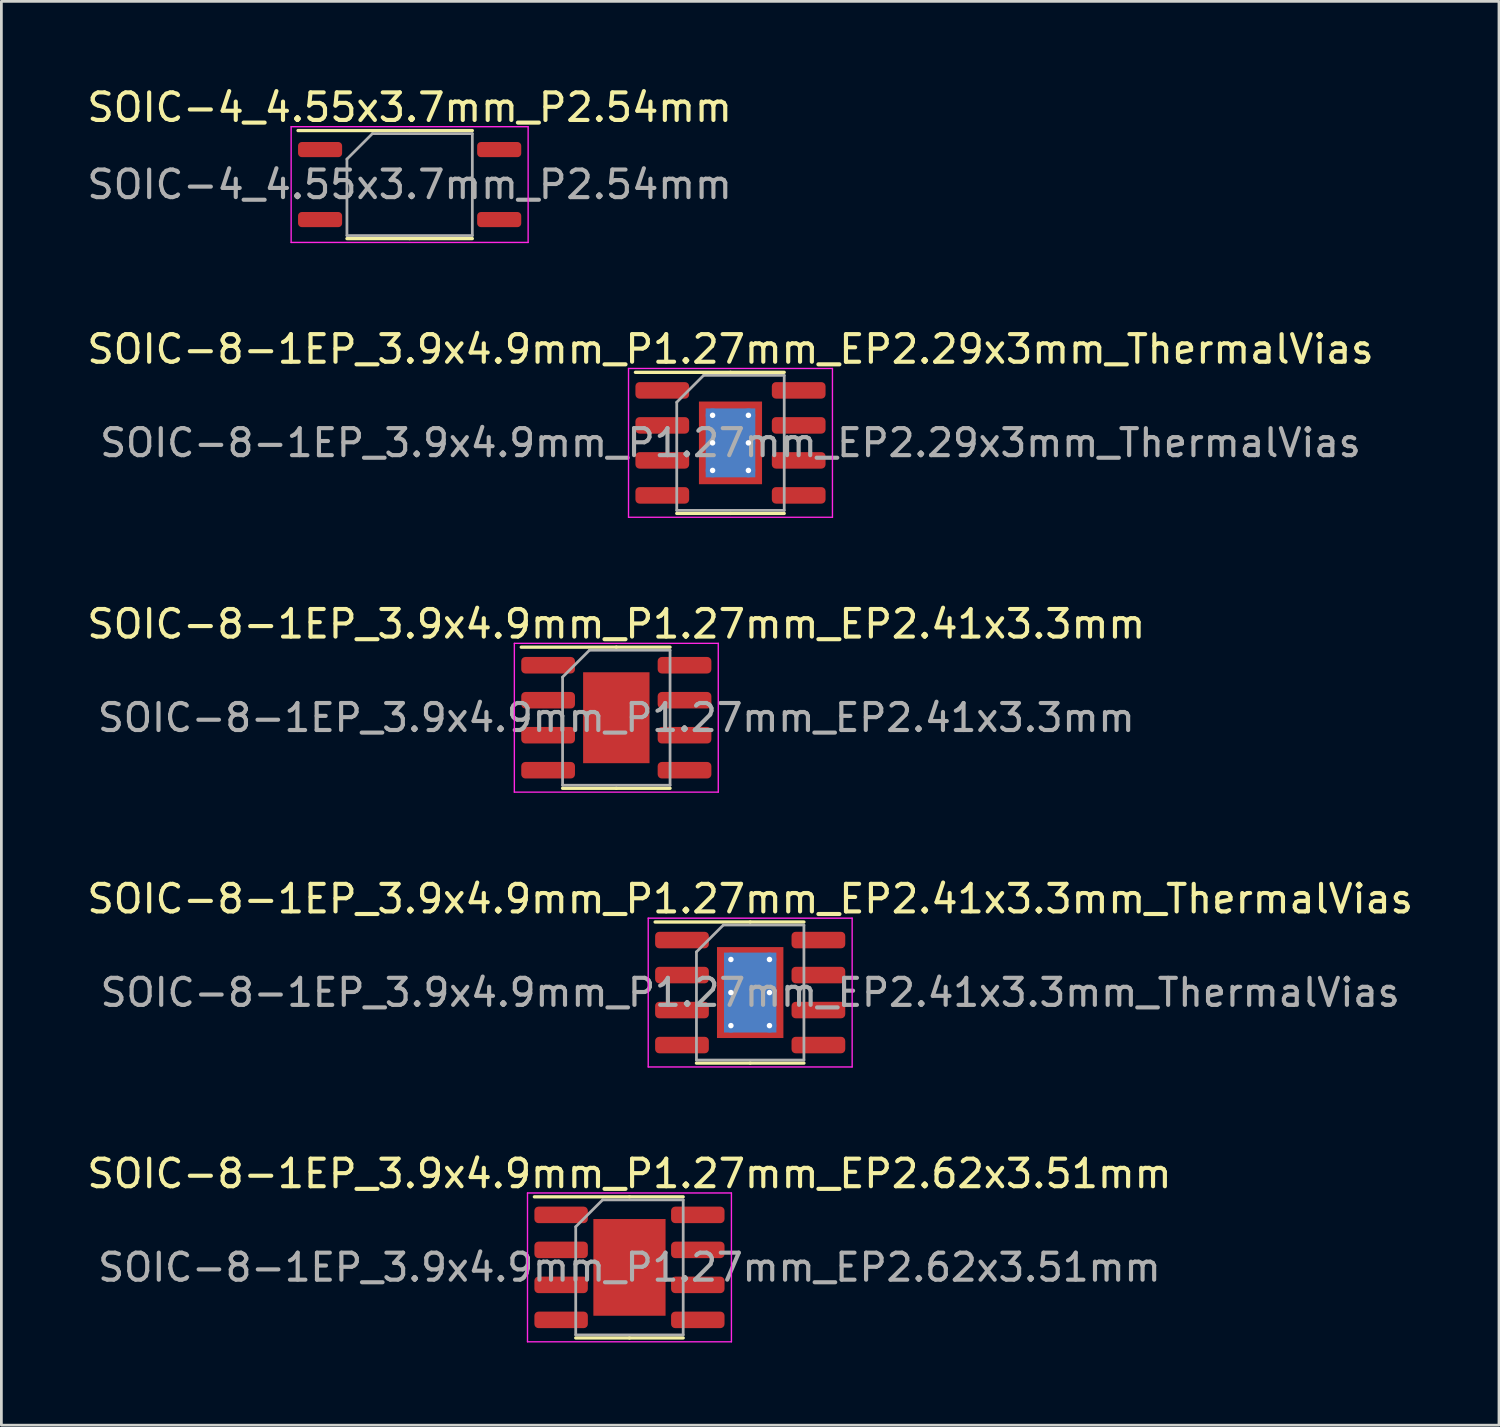
<source format=kicad_pcb>
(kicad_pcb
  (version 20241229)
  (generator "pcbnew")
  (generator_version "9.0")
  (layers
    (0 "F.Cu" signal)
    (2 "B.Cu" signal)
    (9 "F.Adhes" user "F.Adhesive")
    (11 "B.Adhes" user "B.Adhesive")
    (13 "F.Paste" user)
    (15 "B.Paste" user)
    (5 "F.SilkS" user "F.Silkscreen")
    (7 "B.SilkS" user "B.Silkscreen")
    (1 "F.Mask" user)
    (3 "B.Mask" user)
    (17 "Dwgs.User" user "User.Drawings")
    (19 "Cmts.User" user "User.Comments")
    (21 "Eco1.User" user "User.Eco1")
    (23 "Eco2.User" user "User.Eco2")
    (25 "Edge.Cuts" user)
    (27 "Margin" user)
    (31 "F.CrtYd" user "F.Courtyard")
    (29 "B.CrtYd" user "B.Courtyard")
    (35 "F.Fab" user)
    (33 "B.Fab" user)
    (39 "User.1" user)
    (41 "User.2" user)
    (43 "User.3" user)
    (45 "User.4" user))
  (footprint "SOIC-8-1EP_3.9x4.9mm_P1.27mm_EP2.41x3.3mm_ThermalVias"
    (layer "F.Cu")
    (at 24.173 32.968)
    (property "Reference" "SOIC-8-1EP_3.9x4.9mm_P1.27mm_EP2.41x3.3mm_ThermalVias" (at 0 -3.4 0) (layer "F.SilkS") (effects (font (size 1 1) (thickness 0.15))))
    (attr smd)
    (fp_line (start 0 -2.56) (end -3.45 -2.56) (stroke (width 0.12) (type solid)) (layer "F.SilkS"))
    (fp_line (start 0 -2.56) (end 1.95 -2.56) (stroke (width 0.12) (type solid)) (layer "F.SilkS"))
    (fp_line (start 0 2.56) (end -1.95 2.56) (stroke (width 0.12) (type solid)) (layer "F.SilkS"))
    (fp_line (start 0 2.56) (end 1.95 2.56) (stroke (width 0.12) (type solid)) (layer "F.SilkS"))
    (fp_line (start -3.7 -2.7) (end -3.7 2.7) (stroke (width 0.05) (type solid)) (layer "F.CrtYd"))
    (fp_line (start -3.7 2.7) (end 3.7 2.7) (stroke (width 0.05) (type solid)) (layer "F.CrtYd"))
    (fp_line (start 3.7 -2.7) (end -3.7 -2.7) (stroke (width 0.05) (type solid)) (layer "F.CrtYd"))
    (fp_line (start 3.7 2.7) (end 3.7 -2.7) (stroke (width 0.05) (type solid)) (layer "F.CrtYd"))
    (fp_line (start -1.95 -1.475) (end -0.975 -2.45) (stroke (width 0.1) (type solid)) (layer "F.Fab"))
    (fp_line (start -1.95 2.45) (end -1.95 -1.475) (stroke (width 0.1) (type solid)) (layer "F.Fab"))
    (fp_line (start -0.975 -2.45) (end 1.95 -2.45) (stroke (width 0.1) (type solid)) (layer "F.Fab"))
    (fp_line (start 1.95 -2.45) (end 1.95 2.45) (stroke (width 0.1) (type solid)) (layer "F.Fab"))
    (fp_line (start 1.95 2.45) (end -1.95 2.45) (stroke (width 0.1) (type solid)) (layer "F.Fab"))
    (fp_text user "${REFERENCE}" (at 0 0 0) (layer "F.Fab") (effects (font (size 0.98 0.98) (thickness 0.15))))
    (pad "" smd roundrect (at -0.6 -0.825) (size 1.01 1.38) (layers "F.Paste") (roundrect_rratio 0.248))
    (pad "" smd roundrect (at -0.6 0.825) (size 1.01 1.38) (layers "F.Paste") (roundrect_rratio 0.248))
    (pad "" smd roundrect (at 0.6 -0.825) (size 1.01 1.38) (layers "F.Paste") (roundrect_rratio 0.248))
    (pad "" smd roundrect (at 0.6 0.825) (size 1.01 1.38) (layers "F.Paste") (roundrect_rratio 0.248))
    (pad "1" smd roundrect (at -2.475 -1.905) (size 1.95 0.6) (layers "F.Cu" "F.Mask" "F.Paste") (roundrect_rratio 0.25))
    (pad "2" smd roundrect (at -2.475 -0.635) (size 1.95 0.6) (layers "F.Cu" "F.Mask" "F.Paste") (roundrect_rratio 0.25))
    (pad "3" smd roundrect (at -2.475 0.635) (size 1.95 0.6) (layers "F.Cu" "F.Mask" "F.Paste") (roundrect_rratio 0.25))
    (pad "4" smd roundrect (at -2.475 1.905) (size 1.95 0.6) (layers "F.Cu" "F.Mask" "F.Paste") (roundrect_rratio 0.25))
    (pad "5" smd roundrect (at 2.475 1.905) (size 1.95 0.6) (layers "F.Cu" "F.Mask" "F.Paste") (roundrect_rratio 0.25))
    (pad "6" smd roundrect (at 2.475 0.635) (size 1.95 0.6) (layers "F.Cu" "F.Mask" "F.Paste") (roundrect_rratio 0.25))
    (pad "7" smd roundrect (at 2.475 -0.635) (size 1.95 0.6) (layers "F.Cu" "F.Mask" "F.Paste") (roundrect_rratio 0.25))
    (pad "8" smd roundrect (at 2.475 -1.905) (size 1.95 0.6) (layers "F.Cu" "F.Mask" "F.Paste") (roundrect_rratio 0.25))
    (pad "9" thru_hole circle (at -0.7 -1.2) (size 0.5 0.5) (drill 0.2) (layers "*.Cu"))
    (pad "9" thru_hole circle (at -0.7 0) (size 0.5 0.5) (drill 0.2) (layers "*.Cu"))
    (pad "9" thru_hole circle (at -0.7 1.2) (size 0.5 0.5) (drill 0.2) (layers "*.Cu"))
    (pad "9" smd rect (at 0 0) (size 1.9 2.9) (layers "B.Cu"))
    (pad "9" smd rect (at 0 0) (size 2.41 3.3) (layers "F.Cu" "F.Mask"))
    (pad "9" thru_hole circle (at 0.7 -1.2) (size 0.5 0.5) (drill 0.2) (layers "*.Cu"))
    (pad "9" thru_hole circle (at 0.7 0) (size 0.5 0.5) (drill 0.2) (layers "*.Cu"))
    (pad "9" thru_hole circle (at 0.7 1.2) (size 0.5 0.5) (drill 0.2) (layers "*.Cu")))
  (footprint "SOIC-8-1EP_3.9x4.9mm_P1.27mm_EP2.41x3.3mm"
    (layer "F.Cu")
    (at 19.315 22.995)
    (property "Reference" "SOIC-8-1EP_3.9x4.9mm_P1.27mm_EP2.41x3.3mm" (at 0 -3.4 0) (layer "F.SilkS") (effects (font (size 1 1) (thickness 0.15))))
    (attr smd)
    (fp_line (start 0 -2.56) (end -3.45 -2.56) (stroke (width 0.12) (type solid)) (layer "F.SilkS"))
    (fp_line (start 0 -2.56) (end 1.95 -2.56) (stroke (width 0.12) (type solid)) (layer "F.SilkS"))
    (fp_line (start 0 2.56) (end -1.95 2.56) (stroke (width 0.12) (type solid)) (layer "F.SilkS"))
    (fp_line (start 0 2.56) (end 1.95 2.56) (stroke (width 0.12) (type solid)) (layer "F.SilkS"))
    (fp_line (start -3.7 -2.7) (end -3.7 2.7) (stroke (width 0.05) (type solid)) (layer "F.CrtYd"))
    (fp_line (start -3.7 2.7) (end 3.7 2.7) (stroke (width 0.05) (type solid)) (layer "F.CrtYd"))
    (fp_line (start 3.7 -2.7) (end -3.7 -2.7) (stroke (width 0.05) (type solid)) (layer "F.CrtYd"))
    (fp_line (start 3.7 2.7) (end 3.7 -2.7) (stroke (width 0.05) (type solid)) (layer "F.CrtYd"))
    (fp_line (start -1.95 -1.475) (end -0.975 -2.45) (stroke (width 0.1) (type solid)) (layer "F.Fab"))
    (fp_line (start -1.95 2.45) (end -1.95 -1.475) (stroke (width 0.1) (type solid)) (layer "F.Fab"))
    (fp_line (start -0.975 -2.45) (end 1.95 -2.45) (stroke (width 0.1) (type solid)) (layer "F.Fab"))
    (fp_line (start 1.95 -2.45) (end 1.95 2.45) (stroke (width 0.1) (type solid)) (layer "F.Fab"))
    (fp_line (start 1.95 2.45) (end -1.95 2.45) (stroke (width 0.1) (type solid)) (layer "F.Fab"))
    (fp_text user "${REFERENCE}" (at 0 0 0) (layer "F.Fab") (effects (font (size 0.98 0.98) (thickness 0.15))))
    (pad "" smd roundrect (at -0.6 -0.825) (size 0.97 1.33) (layers "F.Paste") (roundrect_rratio 0.25))
    (pad "" smd roundrect (at -0.6 0.825) (size 0.97 1.33) (layers "F.Paste") (roundrect_rratio 0.25))
    (pad "" smd roundrect (at 0.6 -0.825) (size 0.97 1.33) (layers "F.Paste") (roundrect_rratio 0.25))
    (pad "" smd roundrect (at 0.6 0.825) (size 0.97 1.33) (layers "F.Paste") (roundrect_rratio 0.25))
    (pad "1" smd roundrect (at -2.475 -1.905) (size 1.95 0.6) (layers "F.Cu" "F.Mask" "F.Paste") (roundrect_rratio 0.25))
    (pad "2" smd roundrect (at -2.475 -0.635) (size 1.95 0.6) (layers "F.Cu" "F.Mask" "F.Paste") (roundrect_rratio 0.25))
    (pad "3" smd roundrect (at -2.475 0.635) (size 1.95 0.6) (layers "F.Cu" "F.Mask" "F.Paste") (roundrect_rratio 0.25))
    (pad "4" smd roundrect (at -2.475 1.905) (size 1.95 0.6) (layers "F.Cu" "F.Mask" "F.Paste") (roundrect_rratio 0.25))
    (pad "5" smd roundrect (at 2.475 1.905) (size 1.95 0.6) (layers "F.Cu" "F.Mask" "F.Paste") (roundrect_rratio 0.25))
    (pad "6" smd roundrect (at 2.475 0.635) (size 1.95 0.6) (layers "F.Cu" "F.Mask" "F.Paste") (roundrect_rratio 0.25))
    (pad "7" smd roundrect (at 2.475 -0.635) (size 1.95 0.6) (layers "F.Cu" "F.Mask" "F.Paste") (roundrect_rratio 0.25))
    (pad "8" smd roundrect (at 2.475 -1.905) (size 1.95 0.6) (layers "F.Cu" "F.Mask" "F.Paste") (roundrect_rratio 0.25))
    (pad "9" smd rect (at 0 0) (size 2.41 3.3) (layers "F.Cu" "F.Mask")))
  (footprint "SOIC-4_4.55x3.7mm_P2.54mm"
    (layer "F.Cu")
    (at 11.815 3.648)
    (property "Reference" "SOIC-4_4.55x3.7mm_P2.54mm" (at 0 -2.8 0) (layer "F.SilkS") (effects (font (size 1 1) (thickness 0.15))))
    (attr smd)
    (fp_line (start 0 -1.96) (end -4.05 -1.96) (stroke (width 0.12) (type solid)) (layer "F.SilkS"))
    (fp_line (start 0 -1.96) (end 2.275 -1.96) (stroke (width 0.12) (type solid)) (layer "F.SilkS"))
    (fp_line (start 0 1.96) (end -2.275 1.96) (stroke (width 0.12) (type solid)) (layer "F.SilkS"))
    (fp_line (start 0 1.96) (end 2.275 1.96) (stroke (width 0.12) (type solid)) (layer "F.SilkS"))
    (fp_line (start -4.3 -2.1) (end -4.3 2.1) (stroke (width 0.05) (type solid)) (layer "F.CrtYd"))
    (fp_line (start -4.3 2.1) (end 4.3 2.1) (stroke (width 0.05) (type solid)) (layer "F.CrtYd"))
    (fp_line (start 4.3 -2.1) (end -4.3 -2.1) (stroke (width 0.05) (type solid)) (layer "F.CrtYd"))
    (fp_line (start 4.3 2.1) (end 4.3 -2.1) (stroke (width 0.05) (type solid)) (layer "F.CrtYd"))
    (fp_line (start -2.275 -0.925) (end -1.35 -1.85) (stroke (width 0.1) (type solid)) (layer "F.Fab"))
    (fp_line (start -2.275 1.85) (end -2.275 -0.925) (stroke (width 0.1) (type solid)) (layer "F.Fab"))
    (fp_line (start -1.35 -1.85) (end 2.275 -1.85) (stroke (width 0.1) (type solid)) (layer "F.Fab"))
    (fp_line (start 2.275 -1.85) (end 2.275 1.85) (stroke (width 0.1) (type solid)) (layer "F.Fab"))
    (fp_line (start 2.275 1.85) (end -2.275 1.85) (stroke (width 0.1) (type solid)) (layer "F.Fab"))
    (fp_text user "${REFERENCE}" (at 0 0 0) (layer "F.Fab") (effects (font (size 1 1) (thickness 0.15))))
    (pad "1" smd roundrect (at -3.25 -1.27) (size 1.6 0.55) (layers "F.Cu" "F.Mask" "F.Paste") (roundrect_rratio 0.25))
    (pad "3" smd roundrect (at -3.25 1.27) (size 1.6 0.55) (layers "F.Cu" "F.Mask" "F.Paste") (roundrect_rratio 0.25))
    (pad "4" smd roundrect (at 3.25 1.27) (size 1.6 0.55) (layers "F.Cu" "F.Mask" "F.Paste") (roundrect_rratio 0.25))
    (pad "6" smd roundrect (at 3.25 -1.27) (size 1.6 0.55) (layers "F.Cu" "F.Mask" "F.Paste") (roundrect_rratio 0.25)))
  (footprint "SOIC-8-1EP_3.9x4.9mm_P1.27mm_EP2.62x3.51mm"
    (layer "F.Cu")
    (at 19.792 42.941)
    (property "Reference" "SOIC-8-1EP_3.9x4.9mm_P1.27mm_EP2.62x3.51mm" (at 0 -3.4 0) (layer "F.SilkS") (effects (font (size 1 1) (thickness 0.15))))
    (attr smd)
    (fp_line (start 0 -2.56) (end -3.45 -2.56) (stroke (width 0.12) (type solid)) (layer "F.SilkS"))
    (fp_line (start 0 -2.56) (end 1.95 -2.56) (stroke (width 0.12) (type solid)) (layer "F.SilkS"))
    (fp_line (start 0 2.56) (end -1.95 2.56) (stroke (width 0.12) (type solid)) (layer "F.SilkS"))
    (fp_line (start 0 2.56) (end 1.95 2.56) (stroke (width 0.12) (type solid)) (layer "F.SilkS"))
    (fp_line (start -3.7 -2.7) (end -3.7 2.7) (stroke (width 0.05) (type solid)) (layer "F.CrtYd"))
    (fp_line (start -3.7 2.7) (end 3.7 2.7) (stroke (width 0.05) (type solid)) (layer "F.CrtYd"))
    (fp_line (start 3.7 -2.7) (end -3.7 -2.7) (stroke (width 0.05) (type solid)) (layer "F.CrtYd"))
    (fp_line (start 3.7 2.7) (end 3.7 -2.7) (stroke (width 0.05) (type solid)) (layer "F.CrtYd"))
    (fp_line (start -1.95 -1.475) (end -0.975 -2.45) (stroke (width 0.1) (type solid)) (layer "F.Fab"))
    (fp_line (start -1.95 2.45) (end -1.95 -1.475) (stroke (width 0.1) (type solid)) (layer "F.Fab"))
    (fp_line (start -0.975 -2.45) (end 1.95 -2.45) (stroke (width 0.1) (type solid)) (layer "F.Fab"))
    (fp_line (start 1.95 -2.45) (end 1.95 2.45) (stroke (width 0.1) (type solid)) (layer "F.Fab"))
    (fp_line (start 1.95 2.45) (end -1.95 2.45) (stroke (width 0.1) (type solid)) (layer "F.Fab"))
    (fp_text user "${REFERENCE}" (at 0 0 0) (layer "F.Fab") (effects (font (size 0.98 0.98) (thickness 0.15))))
    (pad "" smd roundrect (at -0.655 -0.875) (size 1.06 1.41) (layers "F.Paste") (roundrect_rratio 0.236))
    (pad "" smd roundrect (at -0.655 0.875) (size 1.06 1.41) (layers "F.Paste") (roundrect_rratio 0.236))
    (pad "" smd roundrect (at 0.655 -0.875) (size 1.06 1.41) (layers "F.Paste") (roundrect_rratio 0.236))
    (pad "" smd roundrect (at 0.655 0.875) (size 1.06 1.41) (layers "F.Paste") (roundrect_rratio 0.236))
    (pad "1" smd roundrect (at -2.48 -1.905) (size 1.94 0.6) (layers "F.Cu" "F.Mask" "F.Paste") (roundrect_rratio 0.25))
    (pad "2" smd roundrect (at -2.48 -0.635) (size 1.94 0.6) (layers "F.Cu" "F.Mask" "F.Paste") (roundrect_rratio 0.25))
    (pad "3" smd roundrect (at -2.48 0.635) (size 1.94 0.6) (layers "F.Cu" "F.Mask" "F.Paste") (roundrect_rratio 0.25))
    (pad "4" smd roundrect (at -2.48 1.905) (size 1.94 0.6) (layers "F.Cu" "F.Mask" "F.Paste") (roundrect_rratio 0.25))
    (pad "5" smd roundrect (at 2.48 1.905) (size 1.94 0.6) (layers "F.Cu" "F.Mask" "F.Paste") (roundrect_rratio 0.25))
    (pad "6" smd roundrect (at 2.48 0.635) (size 1.94 0.6) (layers "F.Cu" "F.Mask" "F.Paste") (roundrect_rratio 0.25))
    (pad "7" smd roundrect (at 2.48 -0.635) (size 1.94 0.6) (layers "F.Cu" "F.Mask" "F.Paste") (roundrect_rratio 0.25))
    (pad "8" smd roundrect (at 2.48 -1.905) (size 1.94 0.6) (layers "F.Cu" "F.Mask" "F.Paste") (roundrect_rratio 0.25))
    (pad "9" smd rect (at 0 0) (size 2.62 3.51) (layers "F.Cu" "F.Mask")))
  (footprint "SOIC-8-1EP_3.9x4.9mm_P1.27mm_EP2.29x3mm_ThermalVias"
    (layer "F.Cu")
    (at 23.458 13.021)
    (property "Reference" "SOIC-8-1EP_3.9x4.9mm_P1.27mm_EP2.29x3mm_ThermalVias" (at 0 -3.4 0) (layer "F.SilkS") (effects (font (size 1 1) (thickness 0.15))))
    (attr smd)
    (fp_line (start 0 -2.56) (end -3.45 -2.56) (stroke (width 0.12) (type solid)) (layer "F.SilkS"))
    (fp_line (start 0 -2.56) (end 1.95 -2.56) (stroke (width 0.12) (type solid)) (layer "F.SilkS"))
    (fp_line (start 0 2.56) (end -1.95 2.56) (stroke (width 0.12) (type solid)) (layer "F.SilkS"))
    (fp_line (start 0 2.56) (end 1.95 2.56) (stroke (width 0.12) (type solid)) (layer "F.SilkS"))
    (fp_line (start -3.7 -2.7) (end -3.7 2.7) (stroke (width 0.05) (type solid)) (layer "F.CrtYd"))
    (fp_line (start -3.7 2.7) (end 3.7 2.7) (stroke (width 0.05) (type solid)) (layer "F.CrtYd"))
    (fp_line (start 3.7 -2.7) (end -3.7 -2.7) (stroke (width 0.05) (type solid)) (layer "F.CrtYd"))
    (fp_line (start 3.7 2.7) (end 3.7 -2.7) (stroke (width 0.05) (type solid)) (layer "F.CrtYd"))
    (fp_line (start -1.95 -1.475) (end -0.975 -2.45) (stroke (width 0.1) (type solid)) (layer "F.Fab"))
    (fp_line (start -1.95 2.45) (end -1.95 -1.475) (stroke (width 0.1) (type solid)) (layer "F.Fab"))
    (fp_line (start -0.975 -2.45) (end 1.95 -2.45) (stroke (width 0.1) (type solid)) (layer "F.Fab"))
    (fp_line (start 1.95 -2.45) (end 1.95 2.45) (stroke (width 0.1) (type solid)) (layer "F.Fab"))
    (fp_line (start 1.95 2.45) (end -1.95 2.45) (stroke (width 0.1) (type solid)) (layer "F.Fab"))
    (fp_text user "${REFERENCE}" (at 0 0 0) (layer "F.Fab") (effects (font (size 0.98 0.98) (thickness 0.15))))
    (pad "" smd roundrect (at -0.57 -0.75) (size 0.96 1.25) (layers "F.Paste") (roundrect_rratio 0.25))
    (pad "" smd roundrect (at -0.57 0.75) (size 0.96 1.25) (layers "F.Paste") (roundrect_rratio 0.25))
    (pad "" smd roundrect (at 0.57 -0.75) (size 0.96 1.25) (layers "F.Paste") (roundrect_rratio 0.25))
    (pad "" smd roundrect (at 0.57 0.75) (size 0.96 1.25) (layers "F.Paste") (roundrect_rratio 0.25))
    (pad "1" smd roundrect (at -2.475 -1.905) (size 1.95 0.6) (layers "F.Cu" "F.Mask" "F.Paste") (roundrect_rratio 0.25))
    (pad "2" smd roundrect (at -2.475 -0.635) (size 1.95 0.6) (layers "F.Cu" "F.Mask" "F.Paste") (roundrect_rratio 0.25))
    (pad "3" smd roundrect (at -2.475 0.635) (size 1.95 0.6) (layers "F.Cu" "F.Mask" "F.Paste") (roundrect_rratio 0.25))
    (pad "4" smd roundrect (at -2.475 1.905) (size 1.95 0.6) (layers "F.Cu" "F.Mask" "F.Paste") (roundrect_rratio 0.25))
    (pad "5" smd roundrect (at 2.475 1.905) (size 1.95 0.6) (layers "F.Cu" "F.Mask" "F.Paste") (roundrect_rratio 0.25))
    (pad "6" smd roundrect (at 2.475 0.635) (size 1.95 0.6) (layers "F.Cu" "F.Mask" "F.Paste") (roundrect_rratio 0.25))
    (pad "7" smd roundrect (at 2.475 -0.635) (size 1.95 0.6) (layers "F.Cu" "F.Mask" "F.Paste") (roundrect_rratio 0.25))
    (pad "8" smd roundrect (at 2.475 -1.905) (size 1.95 0.6) (layers "F.Cu" "F.Mask" "F.Paste") (roundrect_rratio 0.25))
    (pad "9" thru_hole circle (at -0.65 -1) (size 0.5 0.5) (drill 0.2) (layers "*.Cu"))
    (pad "9" thru_hole circle (at -0.65 0) (size 0.5 0.5) (drill 0.2) (layers "*.Cu"))
    (pad "9" thru_hole circle (at -0.65 1) (size 0.5 0.5) (drill 0.2) (layers "*.Cu"))
    (pad "9" smd rect (at 0 0) (size 1.8 2.5) (layers "B.Cu"))
    (pad "9" smd rect (at 0 0) (size 2.29 3) (layers "F.Cu" "F.Mask"))
    (pad "9" thru_hole circle (at 0.65 -1) (size 0.5 0.5) (drill 0.2) (layers "*.Cu"))
    (pad "9" thru_hole circle (at 0.65 0) (size 0.5 0.5) (drill 0.2) (layers "*.Cu"))
    (pad "9" thru_hole circle (at 0.65 1) (size 0.5 0.5) (drill 0.2) (layers "*.Cu")))
  (gr_rect
    (start -3 -3)
    (end 51.345 48.666)
    (stroke (width 0.1) (type default))
    (fill no)
    (layer "Edge.Cuts")))
</source>
